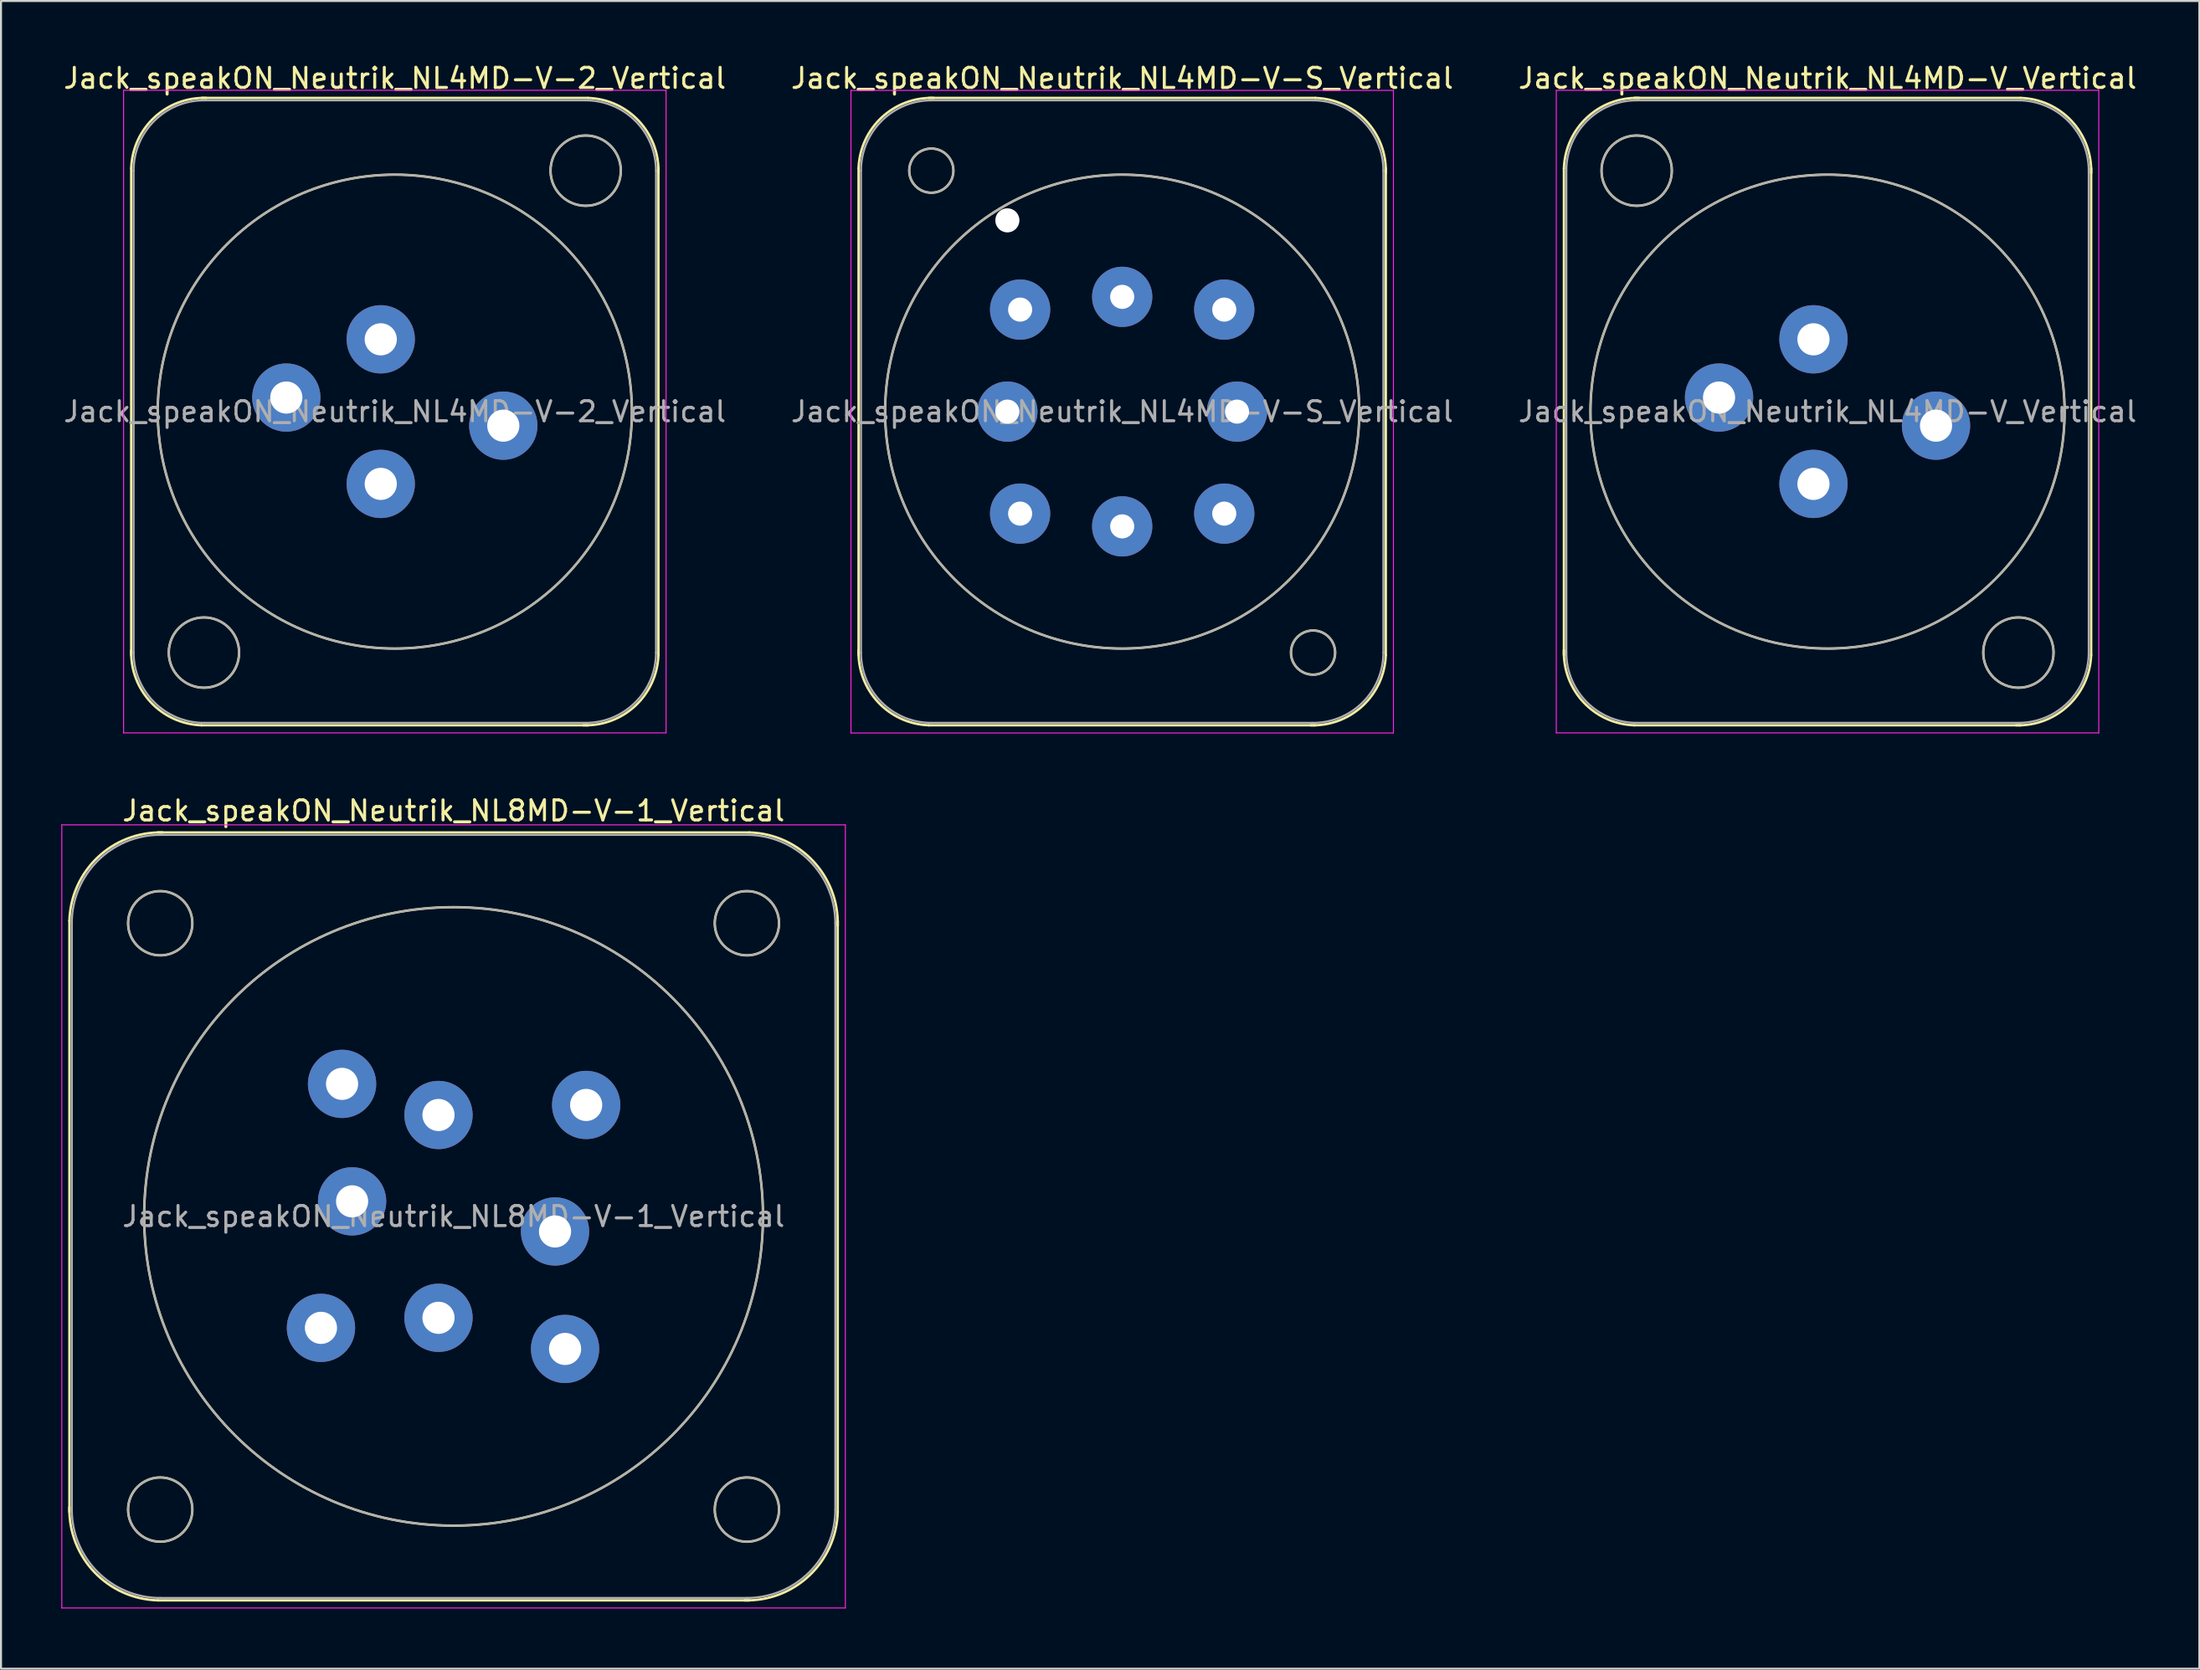
<source format=kicad_pcb>
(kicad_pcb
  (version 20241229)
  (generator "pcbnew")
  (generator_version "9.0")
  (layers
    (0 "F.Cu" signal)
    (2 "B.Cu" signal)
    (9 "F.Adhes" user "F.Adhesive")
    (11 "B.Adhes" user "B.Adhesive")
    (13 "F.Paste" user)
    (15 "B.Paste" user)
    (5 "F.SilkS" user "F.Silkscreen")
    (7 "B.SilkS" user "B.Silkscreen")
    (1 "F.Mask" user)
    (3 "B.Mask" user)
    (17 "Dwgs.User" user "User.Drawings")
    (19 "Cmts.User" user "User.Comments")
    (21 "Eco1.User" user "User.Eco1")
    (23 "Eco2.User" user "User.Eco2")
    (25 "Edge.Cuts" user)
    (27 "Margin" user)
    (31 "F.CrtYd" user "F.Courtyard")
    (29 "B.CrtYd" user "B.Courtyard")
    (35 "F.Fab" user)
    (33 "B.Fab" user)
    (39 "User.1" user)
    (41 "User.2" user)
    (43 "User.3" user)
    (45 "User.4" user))
  (footprint "Jack_speakON_Neutrik_NL4MD-V-2_Vertical"
    (layer "F.Cu")
    (at 15.901 13.848)
    (property "Reference" "Jack_speakON_Neutrik_NL4MD-V-2_Vertical" (at 0.7 -13 0) (layer "F.SilkS") (effects (font (size 1 1) (thickness 0.15))))
    (attr through_hole)
    (fp_line (start -12.42 15.72) (end -12.42 -8.52) (stroke (width 0.12) (type solid)) (layer "F.SilkS"))
    (fp_line (start -8.92 -12.02) (end 10.32 -12.02) (stroke (width 0.12) (type solid)) (layer "F.SilkS"))
    (fp_line (start -8.92 19.22) (end 10.32 19.22) (stroke (width 0.12) (type solid)) (layer "F.SilkS"))
    (fp_line (start 13.82 15.72) (end 13.82 -8.52) (stroke (width 0.12) (type solid)) (layer "F.SilkS"))
    (fp_arc (start -12.42 -8.52) (mid -11.274874 -11.044579) (end -8.68 -12.02) (stroke (width 0.12) (type solid)) (layer "F.SilkS"))
    (fp_arc (start -8.92 19.22) (mid -11.444579 18.074874) (end -12.42 15.48) (stroke (width 0.12) (type solid)) (layer "F.SilkS"))
    (fp_arc (start 10.32 -12.02) (mid 12.844579 -10.874874) (end 13.82 -8.28) (stroke (width 0.12) (type solid)) (layer "F.SilkS"))
    (fp_arc (start 13.82 15.72) (mid 12.674874 18.244579) (end 10.08 19.22) (stroke (width 0.12) (type solid)) (layer "F.SilkS"))
    (fp_circle (center -8.8 15.6) (end -7.05 15.6) (stroke (width 0.12) (type solid)) (fill no) (layer "F.SilkS"))
    (fp_circle (center 0.7 3.6) (end 12.5 3.6) (stroke (width 0.12) (type solid)) (fill no) (layer "F.SilkS"))
    (fp_circle (center 10.2 -8.4) (end 11.95 -8.4) (stroke (width 0.12) (type solid)) (fill no) (layer "F.SilkS"))
    (fp_line (start -12.8 -12.4) (end 14.2 -12.4) (stroke (width 0.05) (type solid)) (layer "F.CrtYd"))
    (fp_line (start -12.8 19.6) (end -12.8 -12.4) (stroke (width 0.05) (type solid)) (layer "F.CrtYd"))
    (fp_line (start -12.8 19.6) (end 14.2 19.6) (stroke (width 0.05) (type solid)) (layer "F.CrtYd"))
    (fp_line (start 14.2 19.6) (end 14.2 -12.4) (stroke (width 0.05) (type solid)) (layer "F.CrtYd"))
    (fp_line (start -12.3 15.6) (end -12.3 -8.4) (stroke (width 0.1) (type solid)) (layer "F.Fab"))
    (fp_line (start -8.8 -11.9) (end 10.2 -11.9) (stroke (width 0.1) (type solid)) (layer "F.Fab"))
    (fp_line (start -8.8 19.1) (end 10.2 19.1) (stroke (width 0.1) (type solid)) (layer "F.Fab"))
    (fp_line (start 13.7 15.6) (end 13.7 -8.4) (stroke (width 0.1) (type solid)) (layer "F.Fab"))
    (fp_arc (start -12.3 -8.4) (mid -11.274874 -10.874874) (end -8.8 -11.9) (stroke (width 0.1) (type solid)) (layer "F.Fab"))
    (fp_arc (start -8.8 19.1) (mid -11.274874 18.074874) (end -12.3 15.6) (stroke (width 0.1) (type solid)) (layer "F.Fab"))
    (fp_arc (start 10.2 -11.9) (mid 12.674874 -10.874874) (end 13.7 -8.4) (stroke (width 0.1) (type solid)) (layer "F.Fab"))
    (fp_arc (start 13.7 15.6) (mid 12.674874 18.074874) (end 10.2 19.1) (stroke (width 0.1) (type solid)) (layer "F.Fab"))
    (fp_circle (center -8.8 15.6) (end -10.55 15.6) (stroke (width 0.1) (type solid)) (fill no) (layer "F.Fab"))
    (fp_circle (center 0.7 3.6) (end 12.5 3.6) (stroke (width 0.1) (type solid)) (fill no) (layer "F.Fab"))
    (fp_circle (center 10.2 -8.4) (end 11.95 -8.4) (stroke (width 0.1) (type solid)) (fill no) (layer "F.Fab"))
    (fp_text user "${REFERENCE}" (at 0.7 3.6 0) (layer "F.Fab") (effects (font (size 1 1) (thickness 0.15))))
    (pad "1+" thru_hole circle (at 0 0) (size 3.4 3.4) (drill 1.6) (layers "*.Cu" "*.Mask"))
    (pad "1-" thru_hole circle (at -4.7 2.9) (size 3.4 3.4) (drill 1.6) (layers "*.Cu" "*.Mask"))
    (pad "2+" thru_hole circle (at 0 7.2) (size 3.4 3.4) (drill 1.6) (layers "*.Cu" "*.Mask"))
    (pad "2-" thru_hole circle (at 6.1 4.3) (size 3.4 3.4) (drill 1.6) (layers "*.Cu" "*.Mask")))
  (footprint "Jack_speakON_Neutrik_NL4MD-V_Vertical"
    (layer "F.Cu")
    (at 87.211 13.848)
    (property "Reference" "Jack_speakON_Neutrik_NL4MD-V_Vertical" (at 0.7 -13 0) (layer "F.SilkS") (effects (font (size 1 1) (thickness 0.15))))
    (attr through_hole)
    (fp_line (start -12.42 15.72) (end -12.42 -8.52) (stroke (width 0.12) (type solid)) (layer "F.SilkS"))
    (fp_line (start -8.92 -12.02) (end 10.32 -12.02) (stroke (width 0.12) (type solid)) (layer "F.SilkS"))
    (fp_line (start -8.92 19.22) (end 10.32 19.22) (stroke (width 0.12) (type solid)) (layer "F.SilkS"))
    (fp_line (start 13.82 15.72) (end 13.82 -8.52) (stroke (width 0.12) (type solid)) (layer "F.SilkS"))
    (fp_arc (start -12.42 -8.52) (mid -11.274874 -11.044579) (end -8.68 -12.02) (stroke (width 0.12) (type solid)) (layer "F.SilkS"))
    (fp_arc (start -8.92 19.22) (mid -11.444579 18.074874) (end -12.42 15.48) (stroke (width 0.12) (type solid)) (layer "F.SilkS"))
    (fp_arc (start 10.32 -12.02) (mid 12.844579 -10.874874) (end 13.82 -8.28) (stroke (width 0.12) (type solid)) (layer "F.SilkS"))
    (fp_arc (start 13.82 15.72) (mid 12.674874 18.244579) (end 10.08 19.22) (stroke (width 0.12) (type solid)) (layer "F.SilkS"))
    (fp_circle (center -8.8 -8.4) (end -7.05 -8.4) (stroke (width 0.12) (type solid)) (fill no) (layer "F.SilkS"))
    (fp_circle (center 0.7 3.6) (end 12.5 3.6) (stroke (width 0.12) (type solid)) (fill no) (layer "F.SilkS"))
    (fp_circle (center 10.2 15.6) (end 11.95 15.6) (stroke (width 0.12) (type solid)) (fill no) (layer "F.SilkS"))
    (fp_line (start -12.8 -12.4) (end 14.2 -12.4) (stroke (width 0.05) (type solid)) (layer "F.CrtYd"))
    (fp_line (start -12.8 19.6) (end -12.8 -12.4) (stroke (width 0.05) (type solid)) (layer "F.CrtYd"))
    (fp_line (start -12.8 19.6) (end 14.2 19.6) (stroke (width 0.05) (type solid)) (layer "F.CrtYd"))
    (fp_line (start 14.2 19.6) (end 14.2 -12.4) (stroke (width 0.05) (type solid)) (layer "F.CrtYd"))
    (fp_line (start -12.3 15.6) (end -12.3 -8.4) (stroke (width 0.1) (type solid)) (layer "F.Fab"))
    (fp_line (start -8.8 -11.9) (end 10.2 -11.9) (stroke (width 0.1) (type solid)) (layer "F.Fab"))
    (fp_line (start -8.8 19.1) (end 10.2 19.1) (stroke (width 0.1) (type solid)) (layer "F.Fab"))
    (fp_line (start 13.7 15.6) (end 13.7 -8.4) (stroke (width 0.1) (type solid)) (layer "F.Fab"))
    (fp_arc (start -12.3 -8.4) (mid -11.274874 -10.874874) (end -8.8 -11.9) (stroke (width 0.1) (type solid)) (layer "F.Fab"))
    (fp_arc (start -8.8 19.1) (mid -11.274874 18.074874) (end -12.3 15.6) (stroke (width 0.1) (type solid)) (layer "F.Fab"))
    (fp_arc (start 10.2 -11.9) (mid 12.674874 -10.874874) (end 13.7 -8.4) (stroke (width 0.1) (type solid)) (layer "F.Fab"))
    (fp_arc (start 13.7 15.6) (mid 12.674874 18.074874) (end 10.2 19.1) (stroke (width 0.1) (type solid)) (layer "F.Fab"))
    (fp_circle (center -8.8 -8.4) (end -7.05 -8.4) (stroke (width 0.1) (type solid)) (fill no) (layer "F.Fab"))
    (fp_circle (center 0.7 3.6) (end 12.5 3.6) (stroke (width 0.1) (type solid)) (fill no) (layer "F.Fab"))
    (fp_circle (center 10.2 15.6) (end 8.45 15.6) (stroke (width 0.1) (type solid)) (fill no) (layer "F.Fab"))
    (fp_text user "${REFERENCE}" (at 0.7 3.6 0) (layer "F.Fab") (effects (font (size 1 1) (thickness 0.15))))
    (pad "1+" thru_hole circle (at 0 0) (size 3.4 3.4) (drill 1.6) (layers "*.Cu" "*.Mask"))
    (pad "1-" thru_hole circle (at -4.7 2.9) (size 3.4 3.4) (drill 1.6) (layers "*.Cu" "*.Mask"))
    (pad "2+" thru_hole circle (at 0 7.2) (size 3.4 3.4) (drill 1.6) (layers "*.Cu" "*.Mask"))
    (pad "2-" thru_hole circle (at 6.1 4.3) (size 3.4 3.4) (drill 1.6) (layers "*.Cu" "*.Mask")))
  (footprint "Jack_speakON_Neutrik_NL8MD-V-1_Vertical"
    (layer "F.Cu")
    (at 18.775 52.477)
    (property "Reference" "Jack_speakON_Neutrik_NL8MD-V-1_Vertical" (at 0.75 -15.15 0) (layer "F.SilkS") (effects (font (size 1 1) (thickness 0.15))))
    (attr through_hole)
    (fp_line (start -18.37 19.77) (end -18.37 -9.67) (stroke (width 0.12) (type solid)) (layer "F.SilkS"))
    (fp_line (start -13.97 -14.07) (end 15.47 -14.07) (stroke (width 0.12) (type solid)) (layer "F.SilkS"))
    (fp_line (start -13.97 24.17) (end 15.47 24.17) (stroke (width 0.12) (type solid)) (layer "F.SilkS"))
    (fp_line (start 19.87 19.77) (end 19.87 -9.67) (stroke (width 0.12) (type solid)) (layer "F.SilkS"))
    (fp_arc (start -18.37 -9.67) (mid -16.96127 -12.830975) (end -13.73 -14.07) (stroke (width 0.12) (type solid)) (layer "F.SilkS"))
    (fp_arc (start -13.97 24.17) (mid -17.130975 22.76127) (end -18.37 19.53) (stroke (width 0.12) (type solid)) (layer "F.SilkS"))
    (fp_arc (start 15.47 -14.07) (mid 18.630975 -12.66127) (end 19.87 -9.43) (stroke (width 0.12) (type solid)) (layer "F.SilkS"))
    (fp_arc (start 19.87 19.77) (mid 18.46127 22.930975) (end 15.23 24.17) (stroke (width 0.12) (type solid)) (layer "F.SilkS"))
    (fp_circle (center -13.85 -9.55) (end -12.25 -9.55) (stroke (width 0.12) (type solid)) (fill no) (layer "F.SilkS"))
    (fp_circle (center -13.85 19.65) (end -12.25 19.65) (stroke (width 0.12) (type solid)) (fill no) (layer "F.SilkS"))
    (fp_circle (center 0.75 5.05) (end 16.15 5.05) (stroke (width 0.12) (type solid)) (fill no) (layer "F.SilkS"))
    (fp_circle (center 15.35 -9.55) (end 16.95 -9.55) (stroke (width 0.12) (type solid)) (fill no) (layer "F.SilkS"))
    (fp_circle (center 15.35 19.65) (end 16.95 19.65) (stroke (width 0.12) (type solid)) (fill no) (layer "F.SilkS"))
    (fp_line (start -18.75 -14.45) (end 20.25 -14.45) (stroke (width 0.05) (type solid)) (layer "F.CrtYd"))
    (fp_line (start -18.75 24.55) (end -18.75 -14.45) (stroke (width 0.05) (type solid)) (layer "F.CrtYd"))
    (fp_line (start -18.75 24.55) (end 20.25 24.55) (stroke (width 0.05) (type solid)) (layer "F.CrtYd"))
    (fp_line (start 20.25 24.55) (end 20.25 -14.45) (stroke (width 0.05) (type solid)) (layer "F.CrtYd"))
    (fp_line (start -18.25 19.65) (end -18.25 -9.55) (stroke (width 0.1) (type solid)) (layer "F.Fab"))
    (fp_line (start -13.85 -13.95) (end 15.35 -13.95) (stroke (width 0.1) (type solid)) (layer "F.Fab"))
    (fp_line (start -13.85 24.05) (end 15.35 24.05) (stroke (width 0.1) (type solid)) (layer "F.Fab"))
    (fp_line (start 19.75 19.65) (end 19.75 -9.55) (stroke (width 0.1) (type solid)) (layer "F.Fab"))
    (fp_arc (start -18.25 -9.55) (mid -16.96127 -12.66127) (end -13.85 -13.95) (stroke (width 0.1) (type solid)) (layer "F.Fab"))
    (fp_arc (start -13.85 24.05) (mid -16.96127 22.76127) (end -18.25 19.65) (stroke (width 0.1) (type solid)) (layer "F.Fab"))
    (fp_arc (start 15.35 -13.95) (mid 18.46127 -12.66127) (end 19.75 -9.55) (stroke (width 0.1) (type solid)) (layer "F.Fab"))
    (fp_arc (start 19.75 19.65) (mid 18.46127 22.76127) (end 15.35 24.05) (stroke (width 0.1) (type solid)) (layer "F.Fab"))
    (fp_circle (center -13.85 -9.55) (end -12.25 -9.55) (stroke (width 0.1) (type solid)) (fill no) (layer "F.Fab"))
    (fp_circle (center -13.85 19.65) (end -12.25 19.65) (stroke (width 0.1) (type solid)) (fill no) (layer "F.Fab"))
    (fp_circle (center 0.75 5.05) (end 16.15 5.05) (stroke (width 0.1) (type solid)) (fill no) (layer "F.Fab"))
    (fp_circle (center 15.35 -9.55) (end 13.75 -9.55) (stroke (width 0.1) (type solid)) (fill no) (layer "F.Fab"))
    (fp_circle (center 15.35 19.65) (end 13.75 19.65) (stroke (width 0.1) (type solid)) (fill no) (layer "F.Fab"))
    (fp_text user "${REFERENCE}" (at 0.75 5.05 0) (layer "F.Fab") (effects (font (size 1 1) (thickness 0.15))))
    (pad "1+" thru_hole circle (at 0 0) (size 3.4 3.4) (drill 1.6) (layers "*.Cu" "*.Mask"))
    (pad "1-" thru_hole circle (at -4.8 -1.55) (size 3.4 3.4) (drill 1.6) (layers "*.Cu" "*.Mask"))
    (pad "2+" thru_hole circle (at -4.3 4.3) (size 3.4 3.4) (drill 1.6) (layers "*.Cu" "*.Mask"))
    (pad "2-" thru_hole circle (at -5.85 10.6) (size 3.4 3.4) (drill 1.6) (layers "*.Cu" "*.Mask"))
    (pad "3+" thru_hole circle (at 0 10.1) (size 3.4 3.4) (drill 1.6) (layers "*.Cu" "*.Mask"))
    (pad "3-" thru_hole circle (at 6.3 11.65) (size 3.4 3.4) (drill 1.6) (layers "*.Cu" "*.Mask"))
    (pad "4+" thru_hole circle (at 5.8 5.8) (size 3.4 3.4) (drill 1.6) (layers "*.Cu" "*.Mask"))
    (pad "4-" thru_hole circle (at 7.35 -0.5) (size 3.4 3.4) (drill 1.6) (layers "*.Cu" "*.Mask")))
  (footprint "Jack_speakON_Neutrik_NL4MD-V-S_Vertical"
    (layer "F.Cu")
    (at 52.804 11.733)
    (property "Reference" "Jack_speakON_Neutrik_NL4MD-V-S_Vertical" (at 0 -10.885 0) (layer "F.SilkS") (effects (font (size 1 1) (thickness 0.15))))
    (attr through_hole)
    (fp_line (start -13.12 17.835) (end -13.12 -6.405) (stroke (width 0.12) (type solid)) (layer "F.SilkS"))
    (fp_line (start -9.62 -9.905) (end 9.62 -9.905) (stroke (width 0.12) (type solid)) (layer "F.SilkS"))
    (fp_line (start -9.62 21.335) (end 9.62 21.335) (stroke (width 0.12) (type solid)) (layer "F.SilkS"))
    (fp_line (start 13.12 17.835) (end 13.12 -6.405) (stroke (width 0.12) (type solid)) (layer "F.SilkS"))
    (fp_arc (start -13.12 -6.405) (mid -11.974874 -8.929579) (end -9.38 -9.905) (stroke (width 0.12) (type solid)) (layer "F.SilkS"))
    (fp_arc (start -9.62 21.335) (mid -12.144579 20.189874) (end -13.12 17.595) (stroke (width 0.12) (type solid)) (layer "F.SilkS"))
    (fp_arc (start 9.62 -9.905) (mid 12.144579 -8.759874) (end 13.12 -6.165) (stroke (width 0.12) (type solid)) (layer "F.SilkS"))
    (fp_arc (start 13.12 17.835) (mid 11.974874 20.359579) (end 9.38 21.335) (stroke (width 0.12) (type solid)) (layer "F.SilkS"))
    (fp_circle (center -9.5 -6.285) (end -8.4 -6.285) (stroke (width 0.12) (type solid)) (fill no) (layer "F.SilkS"))
    (fp_circle (center 0 5.715) (end 11.8 5.715) (stroke (width 0.12) (type solid)) (fill no) (layer "F.SilkS"))
    (fp_circle (center 9.5 17.715) (end 10.6 17.715) (stroke (width 0.12) (type solid)) (fill no) (layer "F.SilkS"))
    (fp_line (start -13.5 -10.28) (end 13.5 -10.28) (stroke (width 0.05) (type solid)) (layer "F.CrtYd"))
    (fp_line (start -13.5 21.72) (end -13.5 -10.28) (stroke (width 0.05) (type solid)) (layer "F.CrtYd"))
    (fp_line (start -13.5 21.72) (end 13.5 21.72) (stroke (width 0.05) (type solid)) (layer "F.CrtYd"))
    (fp_line (start 13.5 21.72) (end 13.5 -10.28) (stroke (width 0.05) (type solid)) (layer "F.CrtYd"))
    (fp_line (start -13 17.715) (end -13 -6.285) (stroke (width 0.1) (type solid)) (layer "F.Fab"))
    (fp_line (start -9.5 -9.785) (end 9.5 -9.785) (stroke (width 0.1) (type solid)) (layer "F.Fab"))
    (fp_line (start -9.5 21.215) (end 9.5 21.215) (stroke (width 0.1) (type solid)) (layer "F.Fab"))
    (fp_line (start 13 17.715) (end 13 -6.285) (stroke (width 0.1) (type solid)) (layer "F.Fab"))
    (fp_arc (start -13 -6.285) (mid -11.974874 -8.759874) (end -9.5 -9.785) (stroke (width 0.1) (type solid)) (layer "F.Fab"))
    (fp_arc (start -9.5 21.215) (mid -11.974874 20.189874) (end -13 17.715) (stroke (width 0.1) (type solid)) (layer "F.Fab"))
    (fp_arc (start 9.5 -9.785) (mid 11.974874 -8.759874) (end 13 -6.285) (stroke (width 0.1) (type solid)) (layer "F.Fab"))
    (fp_arc (start 13 17.715) (mid 11.974874 20.189874) (end 9.5 21.215) (stroke (width 0.1) (type solid)) (layer "F.Fab"))
    (fp_circle (center -9.5 -6.285) (end -8.4 -6.285) (stroke (width 0.1) (type solid)) (fill no) (layer "F.Fab"))
    (fp_circle (center 0 5.715) (end 11.8 5.715) (stroke (width 0.1) (type solid)) (fill no) (layer "F.Fab"))
    (fp_circle (center 9.5 17.715) (end 8.4 17.715) (stroke (width 0.1) (type solid)) (fill no) (layer "F.Fab"))
    (fp_text user "${REFERENCE}" (at 0 5.715 0) (layer "F.Fab") (effects (font (size 1 1) (thickness 0.15))))
    (pad "" np_thru_hole circle (at -5.715 -3.81) (size 1.2 1.2) (drill 1.2) (layers "*.Cu" "*.Mask"))
    (pad "1+" thru_hole circle (at 0 0) (size 3 3) (drill 1.2) (layers "*.Cu" "*.Mask"))
    (pad "1+N" thru_hole circle (at 5.08 0.635) (size 3 3) (drill 1.2) (layers "*.Cu" "*.Mask"))
    (pad "1-" thru_hole circle (at -5.715 5.715) (size 3 3) (drill 1.2) (layers "*.Cu" "*.Mask"))
    (pad "1-N" thru_hole circle (at -5.08 0.635) (size 3 3) (drill 1.2) (layers "*.Cu" "*.Mask"))
    (pad "2+" thru_hole circle (at 0 11.43) (size 3 3) (drill 1.2) (layers "*.Cu" "*.Mask"))
    (pad "2+N" thru_hole circle (at -5.08 10.795) (size 3 3) (drill 1.2) (layers "*.Cu" "*.Mask"))
    (pad "2-" thru_hole circle (at 5.715 5.715) (size 3 3) (drill 1.2) (layers "*.Cu" "*.Mask"))
    (pad "2-N" thru_hole circle (at 5.08 10.795) (size 3 3) (drill 1.2) (layers "*.Cu" "*.Mask")))
  (gr_rect
    (start -3 -3)
    (end 106.417 80.052)
    (stroke (width 0.1) (type default))
    (fill no)
    (layer "Edge.Cuts")))
</source>
